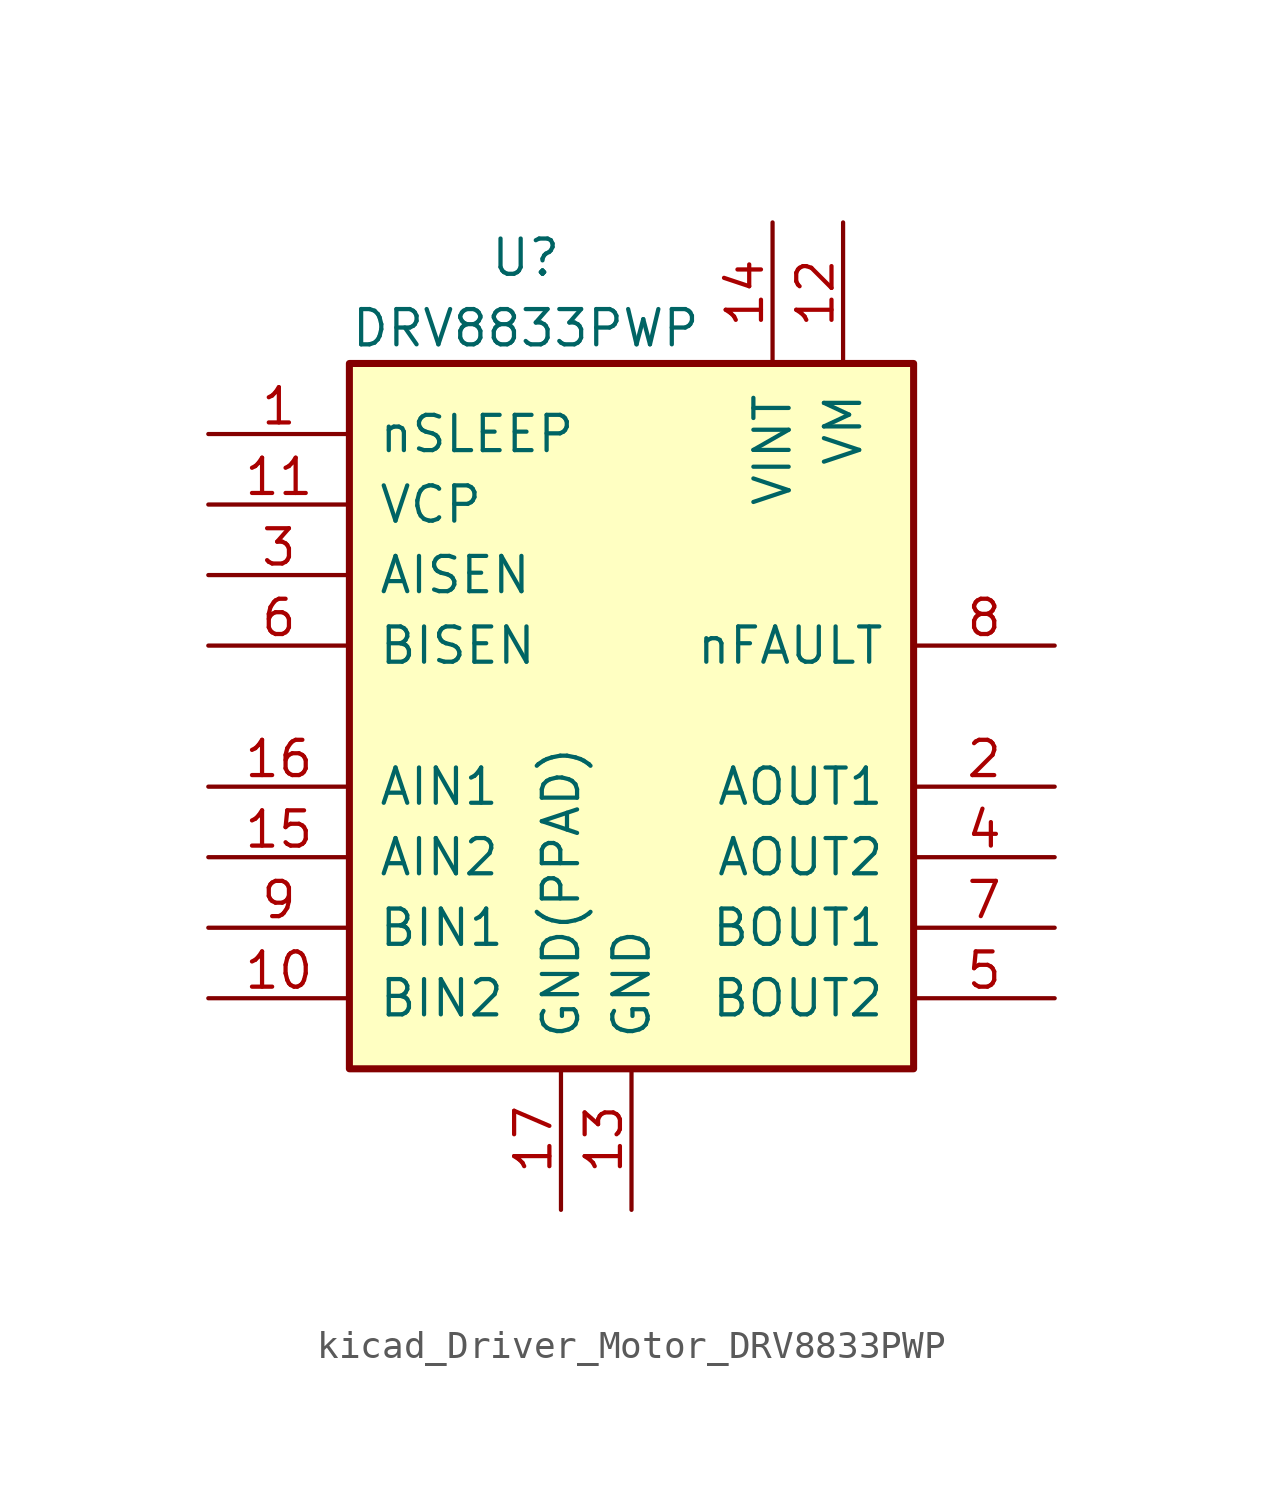
<source format=kicad_sym>
(kicad_symbol_lib
  (version 20220914)
  (generator kicad_symbol_editor)
  (symbol "kicad_Driver_Motor_DRV8833PWP"
    (pin_names
      (offset 1.016))
    (property "Reference" "U"
      (at -3.81 16.51 0)
      (effects (font (size 1.27 1.27))))
    (property "Value" "DRV8833PWP"
      (at -3.81 13.97 0)
      (effects (font (size 1.27 1.27))))
    (symbol "kicad_Driver_Motor_DRV8833PWP_0_1"
      (rectangle (start -10.16 12.7) (end 10.16 -12.7) (stroke (width 0.254) (type default)) (fill (type background))))
    (symbol "kicad_Driver_Motor_DRV8833PWP_1_1"
      (pin input line (at -15.24 10.16 0) (length 5.08) (name "nSLEEP" (effects (font (size 1.27 1.27)))) (number "1" (effects (font (size 1.27 1.27)))))
      (pin input line (at -15.24 -10.16 0) (length 5.08) (name "BIN2" (effects (font (size 1.27 1.27)))) (number "10" (effects (font (size 1.27 1.27)))))
      (pin bidirectional line (at -15.24 7.62 0) (length 5.08) (name "VCP" (effects (font (size 1.27 1.27)))) (number "11" (effects (font (size 1.27 1.27)))))
      (pin power_in line (at 7.62 17.78 270) (length 5.08) (name "VM" (effects (font (size 1.27 1.27)))) (number "12" (effects (font (size 1.27 1.27)))))
      (pin power_in line (at 0 -17.78 90) (length 5.08) (name "GND" (effects (font (size 1.27 1.27)))) (number "13" (effects (font (size 1.27 1.27)))))
      (pin power_in line (at 5.08 17.78 270) (length 5.08) (name "VINT" (effects (font (size 1.27 1.27)))) (number "14" (effects (font (size 1.27 1.27)))))
      (pin input line (at -15.24 -5.08 0) (length 5.08) (name "AIN2" (effects (font (size 1.27 1.27)))) (number "15" (effects (font (size 1.27 1.27)))))
      (pin input line (at -15.24 -2.54 0) (length 5.08) (name "AIN1" (effects (font (size 1.27 1.27)))) (number "16" (effects (font (size 1.27 1.27)))))
      (pin power_in line (at -2.54 -17.78 90) (length 5.08) (name "GND(PPAD)" (effects (font (size 1.27 1.27)))) (number "17" (effects (font (size 1.27 1.27)))))
      (pin power_out line (at 15.24 -2.54 180) (length 5.08) (name "AOUT1" (effects (font (size 1.27 1.27)))) (number "2" (effects (font (size 1.27 1.27)))))
      (pin bidirectional line (at -15.24 5.08 0) (length 5.08) (name "AISEN" (effects (font (size 1.27 1.27)))) (number "3" (effects (font (size 1.27 1.27)))))
      (pin power_out line (at 15.24 -5.08 180) (length 5.08) (name "AOUT2" (effects (font (size 1.27 1.27)))) (number "4" (effects (font (size 1.27 1.27)))))
      (pin power_out line (at 15.24 -10.16 180) (length 5.08) (name "BOUT2" (effects (font (size 1.27 1.27)))) (number "5" (effects (font (size 1.27 1.27)))))
      (pin bidirectional line (at -15.24 2.54 0) (length 5.08) (name "BISEN" (effects (font (size 1.27 1.27)))) (number "6" (effects (font (size 1.27 1.27)))))
      (pin power_out line (at 15.24 -7.62 180) (length 5.08) (name "BOUT1" (effects (font (size 1.27 1.27)))) (number "7" (effects (font (size 1.27 1.27)))))
      (pin open_collector line (at 15.24 2.54 180) (length 5.08) (name "nFAULT" (effects (font (size 1.27 1.27)))) (number "8" (effects (font (size 1.27 1.27)))))
      (pin input line (at -15.24 -7.62 0) (length 5.08) (name "BIN1" (effects (font (size 1.27 1.27)))) (number "9" (effects (font (size 1.27 1.27))))))))
</source>
